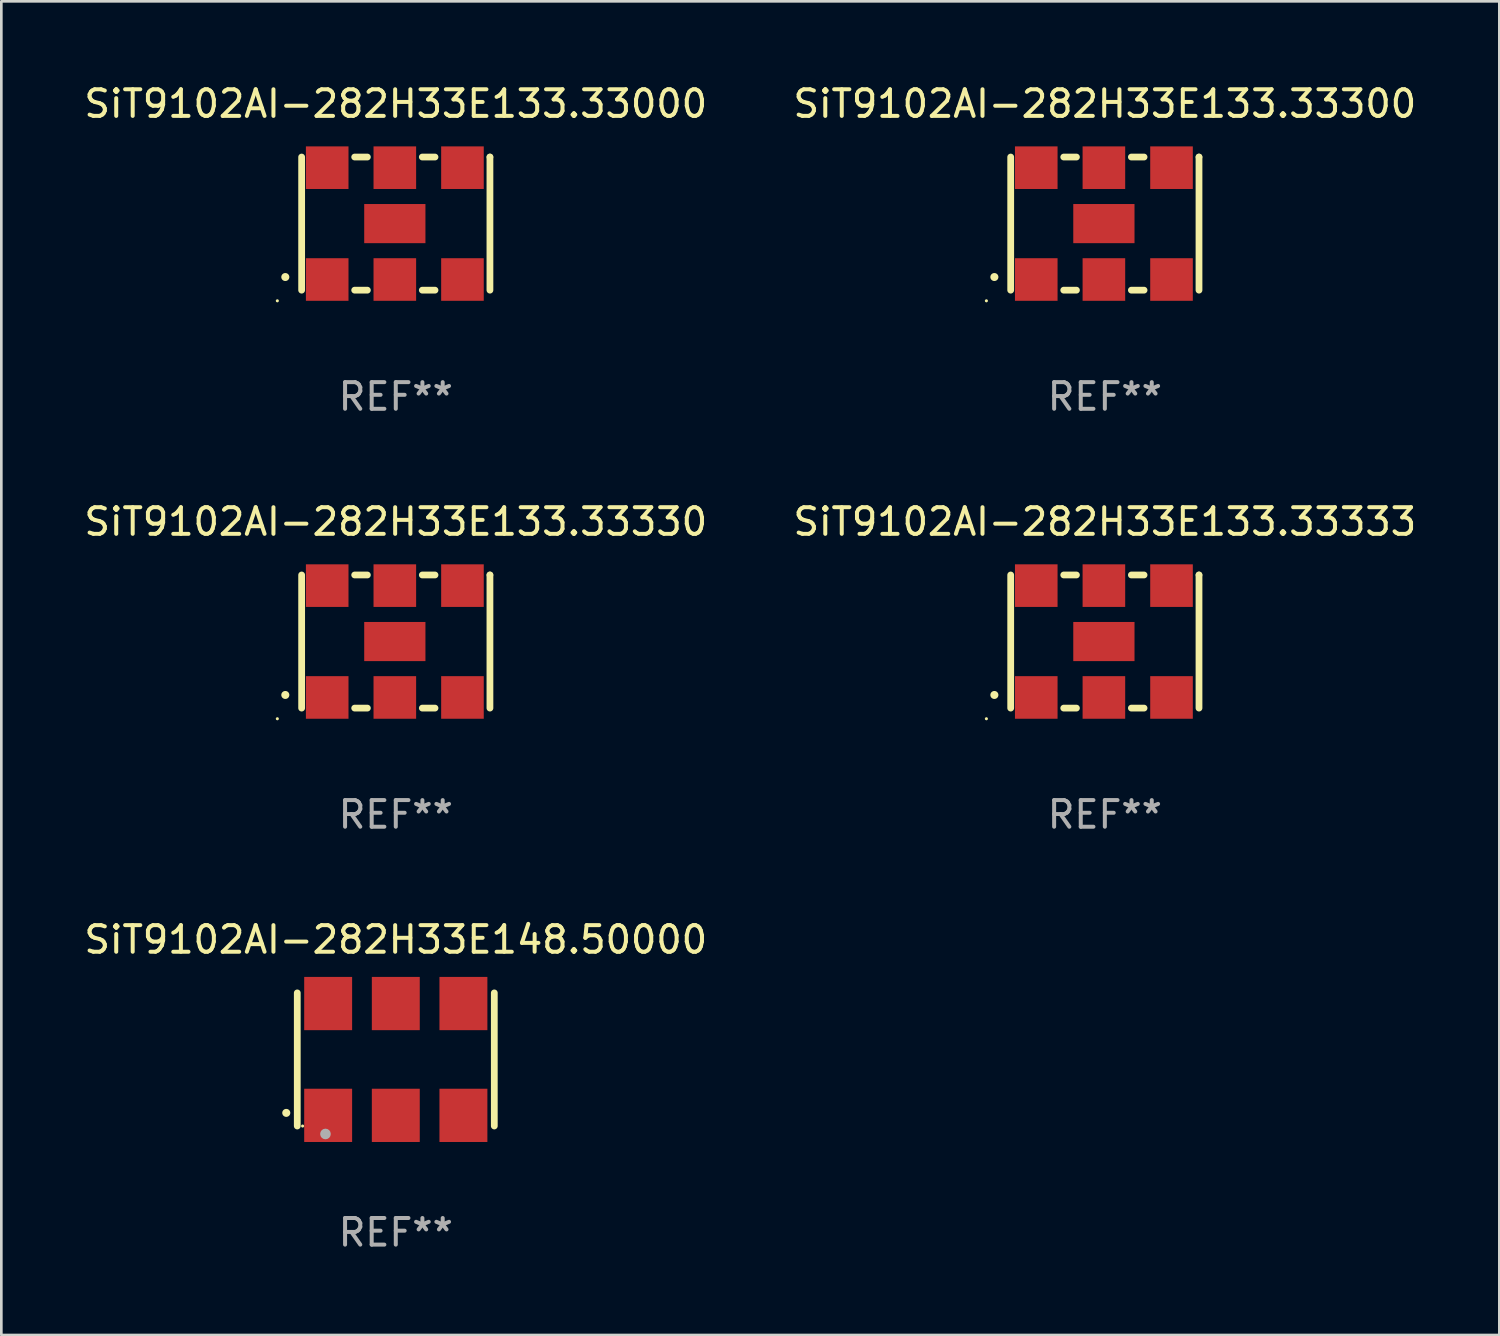
<source format=kicad_pcb>
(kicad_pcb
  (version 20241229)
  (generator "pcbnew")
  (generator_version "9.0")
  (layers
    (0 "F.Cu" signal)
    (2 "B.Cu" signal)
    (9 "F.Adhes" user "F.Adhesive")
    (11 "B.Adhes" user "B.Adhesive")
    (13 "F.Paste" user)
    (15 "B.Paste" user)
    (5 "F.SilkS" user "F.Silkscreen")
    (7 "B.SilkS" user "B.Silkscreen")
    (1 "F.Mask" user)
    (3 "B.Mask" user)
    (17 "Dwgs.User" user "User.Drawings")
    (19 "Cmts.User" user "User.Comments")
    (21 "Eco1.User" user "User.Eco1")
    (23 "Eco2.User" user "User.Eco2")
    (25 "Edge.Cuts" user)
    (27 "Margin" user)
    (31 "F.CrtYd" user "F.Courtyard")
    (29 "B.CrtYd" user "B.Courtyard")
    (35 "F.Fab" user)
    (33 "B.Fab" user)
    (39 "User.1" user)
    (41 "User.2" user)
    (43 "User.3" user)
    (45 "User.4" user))
  (footprint "SiT9102AI-282H33E133.33300"
    (layer "F.Cu")
    (at 38.446 5.348)
    (property "Reference" "SiT9102AI-282H33E133.33300" (at 0 -4.5 0) (layer "F.SilkS") (effects (font (size 1 1) (thickness 0.15))))
    (attr through_hole)
    (fp_line (start -3.536 -2.5) (end -3.536 2.5) (stroke (width 0.254) (type solid)) (layer "F.SilkS"))
    (fp_line (start -1.544 2.5) (end -1.067 2.5) (stroke (width 0.254) (type solid)) (layer "F.SilkS"))
    (fp_line (start -1.067 -2.5) (end -1.544 -2.5) (stroke (width 0.254) (type solid)) (layer "F.SilkS"))
    (fp_line (start 0.996 2.5) (end 1.473 2.5) (stroke (width 0.254) (type solid)) (layer "F.SilkS"))
    (fp_line (start 1.473 -2.5) (end 0.996 -2.5) (stroke (width 0.254) (type solid)) (layer "F.SilkS"))
    (fp_line (start 3.536 -2.5) (end 3.536 -2.5) (stroke (width 0.254) (type solid)) (layer "F.SilkS"))
    (fp_line (start 3.536 2.5) (end 3.536 -2.5) (stroke (width 0.254) (type solid)) (layer "F.SilkS"))
    (fp_arc (start -4.150432 2.006604) (mid -4.149162 2.006599) (end -4.147892 2.006604) (stroke (width 0.3) (type solid)) (layer "F.SilkS"))
    (fp_circle (center -4.449 2.9) (end -4.419 2.9) (stroke (width 0.06) (type solid)) (fill no) (layer "F.SilkS"))
    (fp_text user "REF**" (at 0 6.5 0) (layer "F.Fab") (effects (font (size 1 1) (thickness 0.15))))
    (pad "1" smd rect (at -2.576 2.1) (size 1.6 1.6) (layers "F.Cu" "F.Mask" "F.Paste"))
    (pad "2" smd rect (at -0.036 2.1) (size 1.6 1.6) (layers "F.Cu" "F.Mask" "F.Paste"))
    (pad "3" smd rect (at 2.504 2.1) (size 1.6 1.6) (layers "F.Cu" "F.Mask" "F.Paste"))
    (pad "4" smd rect (at 2.504 -2.1) (size 1.6 1.6) (layers "F.Cu" "F.Mask" "F.Paste"))
    (pad "5" smd rect (at -0.036 -2.1) (size 1.6 1.6) (layers "F.Cu" "F.Mask" "F.Paste"))
    (pad "6" smd rect (at -2.576 -2.1) (size 1.6 1.6) (layers "F.Cu" "F.Mask" "F.Paste"))
    (pad "7" smd rect (at -0.036 0) (size 2.3 1.47) (layers "F.Cu" "F.Mask" "F.Paste")))
  (footprint "SiT9102AI-282H33E133.33000"
    (layer "F.Cu")
    (at 11.815 5.348)
    (property "Reference" "SiT9102AI-282H33E133.33000" (at 0 -4.5 0) (layer "F.SilkS") (effects (font (size 1 1) (thickness 0.15))))
    (attr through_hole)
    (fp_line (start -3.536 -2.5) (end -3.536 2.5) (stroke (width 0.254) (type solid)) (layer "F.SilkS"))
    (fp_line (start -1.544 2.5) (end -1.067 2.5) (stroke (width 0.254) (type solid)) (layer "F.SilkS"))
    (fp_line (start -1.067 -2.5) (end -1.544 -2.5) (stroke (width 0.254) (type solid)) (layer "F.SilkS"))
    (fp_line (start 0.996 2.5) (end 1.473 2.5) (stroke (width 0.254) (type solid)) (layer "F.SilkS"))
    (fp_line (start 1.473 -2.5) (end 0.996 -2.5) (stroke (width 0.254) (type solid)) (layer "F.SilkS"))
    (fp_line (start 3.536 -2.5) (end 3.536 -2.5) (stroke (width 0.254) (type solid)) (layer "F.SilkS"))
    (fp_line (start 3.536 2.5) (end 3.536 -2.5) (stroke (width 0.254) (type solid)) (layer "F.SilkS"))
    (fp_arc (start -4.150432 2.006604) (mid -4.149162 2.006599) (end -4.147892 2.006604) (stroke (width 0.3) (type solid)) (layer "F.SilkS"))
    (fp_circle (center -4.449 2.9) (end -4.419 2.9) (stroke (width 0.06) (type solid)) (fill no) (layer "F.SilkS"))
    (fp_text user "REF**" (at 0 6.5 0) (layer "F.Fab") (effects (font (size 1 1) (thickness 0.15))))
    (pad "1" smd rect (at -2.576 2.1) (size 1.6 1.6) (layers "F.Cu" "F.Mask" "F.Paste"))
    (pad "2" smd rect (at -0.036 2.1) (size 1.6 1.6) (layers "F.Cu" "F.Mask" "F.Paste"))
    (pad "3" smd rect (at 2.504 2.1) (size 1.6 1.6) (layers "F.Cu" "F.Mask" "F.Paste"))
    (pad "4" smd rect (at 2.504 -2.1) (size 1.6 1.6) (layers "F.Cu" "F.Mask" "F.Paste"))
    (pad "5" smd rect (at -0.036 -2.1) (size 1.6 1.6) (layers "F.Cu" "F.Mask" "F.Paste"))
    (pad "6" smd rect (at -2.576 -2.1) (size 1.6 1.6) (layers "F.Cu" "F.Mask" "F.Paste"))
    (pad "7" smd rect (at -0.036 0) (size 2.3 1.47) (layers "F.Cu" "F.Mask" "F.Paste")))
  (footprint "SiT9102AI-282H33E133.33330"
    (layer "F.Cu")
    (at 11.815 21.045)
    (property "Reference" "SiT9102AI-282H33E133.33330" (at 0 -4.5 0) (layer "F.SilkS") (effects (font (size 1 1) (thickness 0.15))))
    (attr through_hole)
    (fp_line (start -3.536 -2.5) (end -3.536 2.5) (stroke (width 0.254) (type solid)) (layer "F.SilkS"))
    (fp_line (start -1.544 2.5) (end -1.067 2.5) (stroke (width 0.254) (type solid)) (layer "F.SilkS"))
    (fp_line (start -1.067 -2.5) (end -1.544 -2.5) (stroke (width 0.254) (type solid)) (layer "F.SilkS"))
    (fp_line (start 0.996 2.5) (end 1.473 2.5) (stroke (width 0.254) (type solid)) (layer "F.SilkS"))
    (fp_line (start 1.473 -2.5) (end 0.996 -2.5) (stroke (width 0.254) (type solid)) (layer "F.SilkS"))
    (fp_line (start 3.536 -2.5) (end 3.536 -2.5) (stroke (width 0.254) (type solid)) (layer "F.SilkS"))
    (fp_line (start 3.536 2.5) (end 3.536 -2.5) (stroke (width 0.254) (type solid)) (layer "F.SilkS"))
    (fp_arc (start -4.150432 2.006604) (mid -4.149162 2.006599) (end -4.147892 2.006604) (stroke (width 0.3) (type solid)) (layer "F.SilkS"))
    (fp_circle (center -4.449 2.9) (end -4.419 2.9) (stroke (width 0.06) (type solid)) (fill no) (layer "F.SilkS"))
    (fp_text user "REF**" (at 0 6.5 0) (layer "F.Fab") (effects (font (size 1 1) (thickness 0.15))))
    (pad "1" smd rect (at -2.576 2.1) (size 1.6 1.6) (layers "F.Cu" "F.Mask" "F.Paste"))
    (pad "2" smd rect (at -0.036 2.1) (size 1.6 1.6) (layers "F.Cu" "F.Mask" "F.Paste"))
    (pad "3" smd rect (at 2.504 2.1) (size 1.6 1.6) (layers "F.Cu" "F.Mask" "F.Paste"))
    (pad "4" smd rect (at 2.504 -2.1) (size 1.6 1.6) (layers "F.Cu" "F.Mask" "F.Paste"))
    (pad "5" smd rect (at -0.036 -2.1) (size 1.6 1.6) (layers "F.Cu" "F.Mask" "F.Paste"))
    (pad "6" smd rect (at -2.576 -2.1) (size 1.6 1.6) (layers "F.Cu" "F.Mask" "F.Paste"))
    (pad "7" smd rect (at -0.036 0) (size 2.3 1.47) (layers "F.Cu" "F.Mask" "F.Paste")))
  (footprint "SiT9102AI-282H33E148.50000"
    (layer "F.Cu")
    (at 11.815 36.741)
    (property "Reference" "SiT9102AI-282H33E148.50000" (at 0 -4.5 0) (layer "F.SilkS") (effects (font (size 1 1) (thickness 0.15))))
    (attr through_hole)
    (fp_line (start -3.7 -2.5) (end -3.7 2.5) (stroke (width 0.254) (type solid)) (layer "F.SilkS"))
    (fp_line (start 3.7 -2.5) (end 3.7 2.5) (stroke (width 0.254) (type solid)) (layer "F.SilkS"))
    (fp_arc (start -4.114415 2.006604) (mid -4.113145 2.006599) (end -4.111875 2.006604) (stroke (width 0.3) (type solid)) (layer "F.SilkS"))
    (fp_circle (center -3.5 2.501) (end -3.47 2.501) (stroke (width 0.06) (type solid)) (fill no) (layer "F.SilkS"))
    (fp_circle (center -2.641 2.799) (end -2.541 2.799) (stroke (width 0.2) (type solid)) (fill no) (layer "F.Fab"))
    (fp_text user "REF**" (at 0 6.5 0) (layer "F.Fab") (effects (font (size 1 1) (thickness 0.15))))
    (pad "1" smd rect (at -2.54 2.1) (size 1.8 2) (layers "F.Cu" "F.Mask" "F.Paste"))
    (pad "2" smd rect (at 0.000394 2.1) (size 1.8 2) (layers "F.Cu" "F.Mask" "F.Paste"))
    (pad "3" smd rect (at 2.54 2.1) (size 1.8 2) (layers "F.Cu" "F.Mask" "F.Paste"))
    (pad "4" smd rect (at 2.54 -2.1) (size 1.8 2) (layers "F.Cu" "F.Mask" "F.Paste"))
    (pad "5" smd rect (at 0.000394 -2.1) (size 1.8 2) (layers "F.Cu" "F.Mask" "F.Paste"))
    (pad "6" smd rect (at -2.54 -2.1) (size 1.8 2) (layers "F.Cu" "F.Mask" "F.Paste")))
  (footprint "SiT9102AI-282H33E133.33333"
    (layer "F.Cu")
    (at 38.446 21.045)
    (property "Reference" "SiT9102AI-282H33E133.33333" (at 0 -4.5 0) (layer "F.SilkS") (effects (font (size 1 1) (thickness 0.15))))
    (attr through_hole)
    (fp_line (start -3.536 -2.5) (end -3.536 2.5) (stroke (width 0.254) (type solid)) (layer "F.SilkS"))
    (fp_line (start -1.544 2.5) (end -1.067 2.5) (stroke (width 0.254) (type solid)) (layer "F.SilkS"))
    (fp_line (start -1.067 -2.5) (end -1.544 -2.5) (stroke (width 0.254) (type solid)) (layer "F.SilkS"))
    (fp_line (start 0.996 2.5) (end 1.473 2.5) (stroke (width 0.254) (type solid)) (layer "F.SilkS"))
    (fp_line (start 1.473 -2.5) (end 0.996 -2.5) (stroke (width 0.254) (type solid)) (layer "F.SilkS"))
    (fp_line (start 3.536 -2.5) (end 3.536 -2.5) (stroke (width 0.254) (type solid)) (layer "F.SilkS"))
    (fp_line (start 3.536 2.5) (end 3.536 -2.5) (stroke (width 0.254) (type solid)) (layer "F.SilkS"))
    (fp_arc (start -4.150432 2.006604) (mid -4.149162 2.006599) (end -4.147892 2.006604) (stroke (width 0.3) (type solid)) (layer "F.SilkS"))
    (fp_circle (center -4.449 2.9) (end -4.419 2.9) (stroke (width 0.06) (type solid)) (fill no) (layer "F.SilkS"))
    (fp_text user "REF**" (at 0 6.5 0) (layer "F.Fab") (effects (font (size 1 1) (thickness 0.15))))
    (pad "1" smd rect (at -2.576 2.1) (size 1.6 1.6) (layers "F.Cu" "F.Mask" "F.Paste"))
    (pad "2" smd rect (at -0.036 2.1) (size 1.6 1.6) (layers "F.Cu" "F.Mask" "F.Paste"))
    (pad "3" smd rect (at 2.504 2.1) (size 1.6 1.6) (layers "F.Cu" "F.Mask" "F.Paste"))
    (pad "4" smd rect (at 2.504 -2.1) (size 1.6 1.6) (layers "F.Cu" "F.Mask" "F.Paste"))
    (pad "5" smd rect (at -0.036 -2.1) (size 1.6 1.6) (layers "F.Cu" "F.Mask" "F.Paste"))
    (pad "6" smd rect (at -2.576 -2.1) (size 1.6 1.6) (layers "F.Cu" "F.Mask" "F.Paste"))
    (pad "7" smd rect (at -0.036 0) (size 2.3 1.47) (layers "F.Cu" "F.Mask" "F.Paste")))
  (gr_rect
    (start -3 -3)
    (end 53.262 47.09)
    (stroke (width 0.1) (type default))
    (fill no)
    (layer "Edge.Cuts")))
</source>
